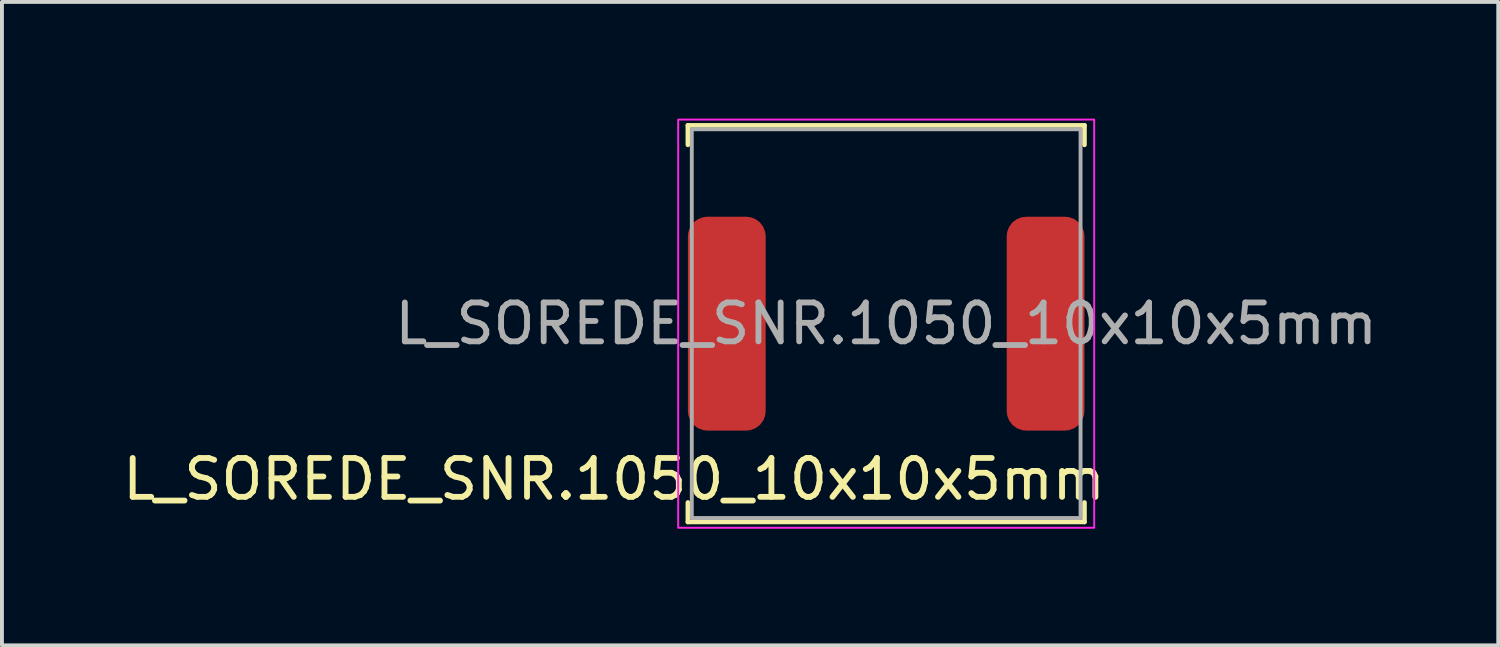
<source format=kicad_pcb>
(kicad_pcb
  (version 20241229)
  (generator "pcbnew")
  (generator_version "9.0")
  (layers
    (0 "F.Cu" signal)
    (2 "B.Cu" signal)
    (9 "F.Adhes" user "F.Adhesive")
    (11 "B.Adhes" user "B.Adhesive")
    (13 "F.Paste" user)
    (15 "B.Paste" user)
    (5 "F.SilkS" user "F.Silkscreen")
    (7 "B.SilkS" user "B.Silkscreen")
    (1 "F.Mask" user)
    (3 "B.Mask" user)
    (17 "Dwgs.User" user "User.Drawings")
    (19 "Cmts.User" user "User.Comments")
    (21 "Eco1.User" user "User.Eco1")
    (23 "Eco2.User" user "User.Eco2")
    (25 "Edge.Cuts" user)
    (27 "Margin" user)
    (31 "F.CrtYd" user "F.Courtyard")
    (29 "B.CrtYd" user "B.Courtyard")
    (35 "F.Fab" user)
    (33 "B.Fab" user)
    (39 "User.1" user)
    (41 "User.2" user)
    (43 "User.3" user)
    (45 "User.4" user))
  (footprint "L_SOREDE_SNR.1050_10x10x5mm"
    (layer "F.Cu")
    (at 19.744 5.275)
    (property "Reference" "L_SOREDE_SNR.1050_10x10x5mm" (at -7 4 0) (layer "F.SilkS") (effects (font (size 1 1) (thickness 0.15))))
    (attr smd)
    (fp_line (start -5.1 -5.1) (end 5.1 -5.1) (stroke (width 0.12) (type default)) (layer "F.SilkS"))
    (fp_line (start -5.1 -4.6) (end -5.1 -5.1) (stroke (width 0.12) (type default)) (layer "F.SilkS"))
    (fp_line (start -5.1 5.1) (end -5.1 4.6) (stroke (width 0.12) (type default)) (layer "F.SilkS"))
    (fp_line (start 5.1 -5.1) (end 5.1 -4.6) (stroke (width 0.12) (type default)) (layer "F.SilkS"))
    (fp_line (start 5.1 4.6) (end 5.1 5.1) (stroke (width 0.12) (type default)) (layer "F.SilkS"))
    (fp_line (start 5.1 5.1) (end -5.1 5.1) (stroke (width 0.12) (type default)) (layer "F.SilkS"))
    (fp_rect (start -5.35 -5.25) (end 5.35 5.25) (stroke (width 0.05) (type default)) (fill no) (layer "F.CrtYd"))
    (fp_rect (start -5 -5) (end 5 5) (stroke (width 0.1) (type default)) (fill no) (layer "F.Fab"))
    (fp_text user "${REFERENCE}" (at 0 0 180) (layer "F.Fab") (effects (font (size 1 1) (thickness 0.15))))
    (pad "1" smd roundrect (at -4.1 0) (size 2 5.5) (layers "F.Cu" "F.Mask" "F.Paste") (roundrect_rratio 0.25))
    (pad "2" smd roundrect (at 4.1 0) (size 2 5.5) (layers "F.Cu" "F.Mask" "F.Paste") (roundrect_rratio 0.25)))
  (gr_rect
    (start -3 -3)
    (end 35.488 13.55)
    (stroke (width 0.1) (type default))
    (fill no)
    (layer "Edge.Cuts")))
</source>
